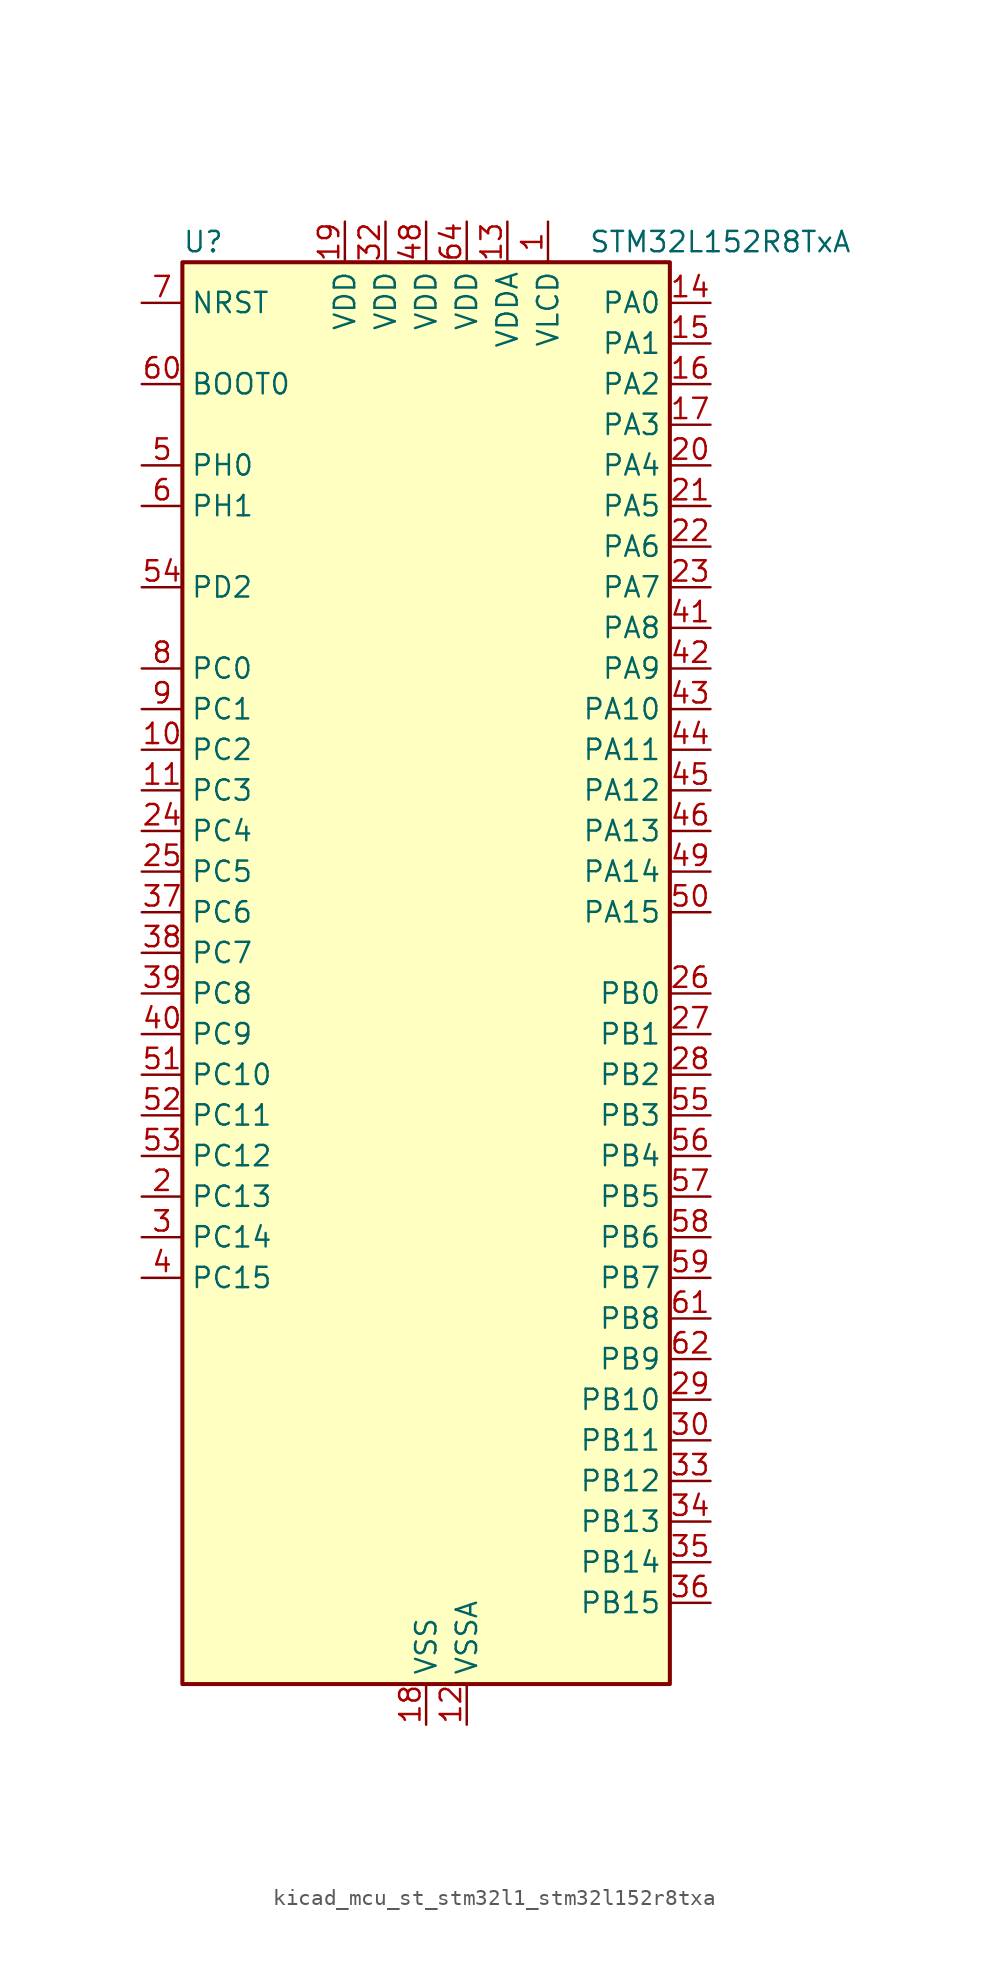
<source format=kicad_sym>
(kicad_symbol_lib
  (version 20220914)
  (generator kicad_symbol_editor)
  (symbol "kicad_mcu_st_stm32l1_stm32l152r8txa"
    (property "Reference" "U"
      (at -15.24 46.99 0)
      (effects (font (size 1.27 1.27)) (justify left)))
    (property "Value" "STM32L152R8TxA"
      (at 10.16 46.99 0)
      (effects (font (size 1.27 1.27)) (justify left)))
    (property "ki_locked" ""
      (at 0 0 0)
      (effects (font (size 1.27 1.27))))
    (symbol "kicad_mcu_st_stm32l1_stm32l152r8txa_0_1"
      (rectangle (start -15.24 -43.18) (end 15.24 45.72) (stroke (width 0.254) (type default)) (fill (type background))))
    (symbol "kicad_mcu_st_stm32l1_stm32l152r8txa_1_1"
      (pin power_in line (at 7.62 48.26 270) (length 2.54) (name "VLCD" (effects (font (size 1.27 1.27)))) (number "1" (effects (font (size 1.27 1.27)))))
      (pin bidirectional line (at -17.78 15.24 0) (length 2.54) (name "PC2" (effects (font (size 1.27 1.27)))) (number "10" (effects (font (size 1.27 1.27)))) (alternate "ADC_IN12" bidirectional line) (alternate "COMP1_INP" bidirectional line) (alternate "LCD_SEG20" bidirectional line) (alternate "TIMX_IC3" bidirectional line) (alternate "TS_G8_IO3" bidirectional line))
      (pin bidirectional line (at -17.78 12.7 0) (length 2.54) (name "PC3" (effects (font (size 1.27 1.27)))) (number "11" (effects (font (size 1.27 1.27)))) (alternate "ADC_IN13" bidirectional line) (alternate "COMP1_INP" bidirectional line) (alternate "LCD_SEG21" bidirectional line) (alternate "TIMX_IC4" bidirectional line) (alternate "TS_G8_IO4" bidirectional line))
      (pin power_in line (at 2.54 -45.72 90) (length 2.54) (name "VSSA" (effects (font (size 1.27 1.27)))) (number "12" (effects (font (size 1.27 1.27)))))
      (pin power_in line (at 5.08 48.26 270) (length 2.54) (name "VDDA" (effects (font (size 1.27 1.27)))) (number "13" (effects (font (size 1.27 1.27)))))
      (pin bidirectional line (at 17.78 43.18 180) (length 2.54) (name "PA0" (effects (font (size 1.27 1.27)))) (number "14" (effects (font (size 1.27 1.27)))) (alternate "ADC_IN0" bidirectional line) (alternate "COMP1_INP" bidirectional line) (alternate "RTC_TAMP2" bidirectional line) (alternate "SYS_WKUP1" bidirectional line) (alternate "TIM2_CH1" bidirectional line) (alternate "TIM2_ETR" bidirectional line) (alternate "TIMX_IC1" bidirectional line) (alternate "TS_G1_IO1" bidirectional line) (alternate "USART2_CTS" bidirectional line))
      (pin bidirectional line (at 17.78 40.64 180) (length 2.54) (name "PA1" (effects (font (size 1.27 1.27)))) (number "15" (effects (font (size 1.27 1.27)))) (alternate "ADC_IN1" bidirectional line) (alternate "COMP1_INP" bidirectional line) (alternate "LCD_SEG0" bidirectional line) (alternate "TIM2_CH2" bidirectional line) (alternate "TIMX_IC2" bidirectional line) (alternate "TS_G1_IO2" bidirectional line) (alternate "USART2_RTS" bidirectional line))
      (pin bidirectional line (at 17.78 38.1 180) (length 2.54) (name "PA2" (effects (font (size 1.27 1.27)))) (number "16" (effects (font (size 1.27 1.27)))) (alternate "ADC_IN2" bidirectional line) (alternate "COMP1_INP" bidirectional line) (alternate "LCD_SEG1" bidirectional line) (alternate "TIM2_CH3" bidirectional line) (alternate "TIM9_CH1" bidirectional line) (alternate "TIMX_IC3" bidirectional line) (alternate "TS_G1_IO3" bidirectional line) (alternate "USART2_TX" bidirectional line))
      (pin bidirectional line (at 17.78 35.56 180) (length 2.54) (name "PA3" (effects (font (size 1.27 1.27)))) (number "17" (effects (font (size 1.27 1.27)))) (alternate "ADC_IN3" bidirectional line) (alternate "COMP1_INP" bidirectional line) (alternate "LCD_SEG2" bidirectional line) (alternate "TIM2_CH4" bidirectional line) (alternate "TIM9_CH2" bidirectional line) (alternate "TIMX_IC4" bidirectional line) (alternate "TS_G1_IO4" bidirectional line) (alternate "USART2_RX" bidirectional line))
      (pin power_in line (at 0 -45.72 90) (length 2.54) (name "VSS" (effects (font (size 1.27 1.27)))) (number "18" (effects (font (size 1.27 1.27)))))
      (pin power_in line (at -5.08 48.26 270) (length 2.54) (name "VDD" (effects (font (size 1.27 1.27)))) (number "19" (effects (font (size 1.27 1.27)))))
      (pin bidirectional line (at -17.78 -12.7 0) (length 2.54) (name "PC13" (effects (font (size 1.27 1.27)))) (number "2" (effects (font (size 1.27 1.27)))) (alternate "RTC_OUT_ALARM" bidirectional line) (alternate "RTC_OUT_CALIB" bidirectional line) (alternate "RTC_TAMP1" bidirectional line) (alternate "RTC_TS" bidirectional line) (alternate "SYS_WKUP2" bidirectional line) (alternate "TIMX_IC2" bidirectional line))
      (pin bidirectional line (at 17.78 33.02 180) (length 2.54) (name "PA4" (effects (font (size 1.27 1.27)))) (number "20" (effects (font (size 1.27 1.27)))) (alternate "ADC_IN4" bidirectional line) (alternate "COMP1_INP" bidirectional line) (alternate "DAC_OUT1" bidirectional line) (alternate "SPI1_NSS" bidirectional line) (alternate "TIMX_IC1" bidirectional line) (alternate "USART2_CK" bidirectional line))
      (pin bidirectional line (at 17.78 30.48 180) (length 2.54) (name "PA5" (effects (font (size 1.27 1.27)))) (number "21" (effects (font (size 1.27 1.27)))) (alternate "ADC_IN5" bidirectional line) (alternate "COMP1_INP" bidirectional line) (alternate "DAC_OUT2" bidirectional line) (alternate "SPI1_SCK" bidirectional line) (alternate "TIM2_CH1" bidirectional line) (alternate "TIM2_ETR" bidirectional line) (alternate "TIMX_IC2" bidirectional line))
      (pin bidirectional line (at 17.78 27.94 180) (length 2.54) (name "PA6" (effects (font (size 1.27 1.27)))) (number "22" (effects (font (size 1.27 1.27)))) (alternate "ADC_IN6" bidirectional line) (alternate "COMP1_INP" bidirectional line) (alternate "LCD_SEG3" bidirectional line) (alternate "SPI1_MISO" bidirectional line) (alternate "TIM10_CH1" bidirectional line) (alternate "TIM3_CH1" bidirectional line) (alternate "TIMX_IC3" bidirectional line) (alternate "TS_G2_IO1" bidirectional line))
      (pin bidirectional line (at 17.78 25.4 180) (length 2.54) (name "PA7" (effects (font (size 1.27 1.27)))) (number "23" (effects (font (size 1.27 1.27)))) (alternate "ADC_IN7" bidirectional line) (alternate "COMP1_INP" bidirectional line) (alternate "LCD_SEG4" bidirectional line) (alternate "SPI1_MOSI" bidirectional line) (alternate "TIM11_CH1" bidirectional line) (alternate "TIM3_CH2" bidirectional line) (alternate "TIMX_IC4" bidirectional line) (alternate "TS_G2_IO2" bidirectional line))
      (pin bidirectional line (at -17.78 10.16 0) (length 2.54) (name "PC4" (effects (font (size 1.27 1.27)))) (number "24" (effects (font (size 1.27 1.27)))) (alternate "ADC_IN14" bidirectional line) (alternate "COMP1_INP" bidirectional line) (alternate "LCD_SEG22" bidirectional line) (alternate "TIMX_IC1" bidirectional line) (alternate "TS_G9_IO1" bidirectional line))
      (pin bidirectional line (at -17.78 7.62 0) (length 2.54) (name "PC5" (effects (font (size 1.27 1.27)))) (number "25" (effects (font (size 1.27 1.27)))) (alternate "ADC_IN15" bidirectional line) (alternate "COMP1_INP" bidirectional line) (alternate "LCD_SEG23" bidirectional line) (alternate "TIMX_IC2" bidirectional line) (alternate "TS_G9_IO2" bidirectional line))
      (pin bidirectional line (at 17.78 0 180) (length 2.54) (name "PB0" (effects (font (size 1.27 1.27)))) (number "26" (effects (font (size 1.27 1.27)))) (alternate "ADC_IN8" bidirectional line) (alternate "COMP1_INP" bidirectional line) (alternate "LCD_SEG5" bidirectional line) (alternate "SYS_V_REF_OUT" bidirectional line) (alternate "TIM3_CH3" bidirectional line) (alternate "TS_G3_IO1" bidirectional line))
      (pin bidirectional line (at 17.78 -2.54 180) (length 2.54) (name "PB1" (effects (font (size 1.27 1.27)))) (number "27" (effects (font (size 1.27 1.27)))) (alternate "ADC_IN9" bidirectional line) (alternate "COMP1_INP" bidirectional line) (alternate "LCD_SEG6" bidirectional line) (alternate "SYS_V_REF_OUT" bidirectional line) (alternate "TIM3_CH4" bidirectional line) (alternate "TS_G3_IO2" bidirectional line))
      (pin bidirectional line (at 17.78 -5.08 180) (length 2.54) (name "PB2" (effects (font (size 1.27 1.27)))) (number "28" (effects (font (size 1.27 1.27)))) (alternate "TS_G3_IO3" bidirectional line))
      (pin bidirectional line (at 17.78 -25.4 180) (length 2.54) (name "PB10" (effects (font (size 1.27 1.27)))) (number "29" (effects (font (size 1.27 1.27)))) (alternate "I2C2_SCL" bidirectional line) (alternate "LCD_SEG10" bidirectional line) (alternate "TIM2_CH3" bidirectional line) (alternate "USART3_TX" bidirectional line))
      (pin bidirectional line (at -17.78 -15.24 0) (length 2.54) (name "PC14" (effects (font (size 1.27 1.27)))) (number "3" (effects (font (size 1.27 1.27)))) (alternate "RCC_OSC32_IN" bidirectional line) (alternate "TIMX_IC3" bidirectional line))
      (pin bidirectional line (at 17.78 -27.94 180) (length 2.54) (name "PB11" (effects (font (size 1.27 1.27)))) (number "30" (effects (font (size 1.27 1.27)))) (alternate "ADC_EXTI11" bidirectional line) (alternate "I2C2_SDA" bidirectional line) (alternate "LCD_SEG11" bidirectional line) (alternate "TIM2_CH4" bidirectional line) (alternate "USART3_RX" bidirectional line))
      (pin passive line (at 0 -45.72 90) (length 2.54) hide (name "VSS" (effects (font (size 1.27 1.27)))) (number "31" (effects (font (size 1.27 1.27)))))
      (pin power_in line (at -2.54 48.26 270) (length 2.54) (name "VDD" (effects (font (size 1.27 1.27)))) (number "32" (effects (font (size 1.27 1.27)))))
      (pin bidirectional line (at 17.78 -30.48 180) (length 2.54) (name "PB12" (effects (font (size 1.27 1.27)))) (number "33" (effects (font (size 1.27 1.27)))) (alternate "ADC_IN18" bidirectional line) (alternate "COMP1_INP" bidirectional line) (alternate "I2C2_SMBA" bidirectional line) (alternate "LCD_SEG12" bidirectional line) (alternate "SPI2_NSS" bidirectional line) (alternate "TIM10_CH1" bidirectional line) (alternate "TS_G7_IO1" bidirectional line) (alternate "USART3_CK" bidirectional line))
      (pin bidirectional line (at 17.78 -33.02 180) (length 2.54) (name "PB13" (effects (font (size 1.27 1.27)))) (number "34" (effects (font (size 1.27 1.27)))) (alternate "ADC_IN19" bidirectional line) (alternate "COMP1_INP" bidirectional line) (alternate "LCD_SEG13" bidirectional line) (alternate "SPI2_SCK" bidirectional line) (alternate "TIM9_CH1" bidirectional line) (alternate "TS_G7_IO2" bidirectional line) (alternate "USART3_CTS" bidirectional line))
      (pin bidirectional line (at 17.78 -35.56 180) (length 2.54) (name "PB14" (effects (font (size 1.27 1.27)))) (number "35" (effects (font (size 1.27 1.27)))) (alternate "ADC_IN20" bidirectional line) (alternate "COMP1_INP" bidirectional line) (alternate "LCD_SEG14" bidirectional line) (alternate "SPI2_MISO" bidirectional line) (alternate "TIM9_CH2" bidirectional line) (alternate "TS_G7_IO3" bidirectional line) (alternate "USART3_RTS" bidirectional line))
      (pin bidirectional line (at 17.78 -38.1 180) (length 2.54) (name "PB15" (effects (font (size 1.27 1.27)))) (number "36" (effects (font (size 1.27 1.27)))) (alternate "ADC_EXTI15" bidirectional line) (alternate "ADC_IN21" bidirectional line) (alternate "COMP1_INP" bidirectional line) (alternate "LCD_SEG15" bidirectional line) (alternate "RTC_REFIN" bidirectional line) (alternate "SPI2_MOSI" bidirectional line) (alternate "TIM11_CH1" bidirectional line) (alternate "TS_G7_IO4" bidirectional line))
      (pin bidirectional line (at -17.78 5.08 0) (length 2.54) (name "PC6" (effects (font (size 1.27 1.27)))) (number "37" (effects (font (size 1.27 1.27)))) (alternate "LCD_SEG24" bidirectional line) (alternate "TIM3_CH1" bidirectional line) (alternate "TIMX_IC3" bidirectional line) (alternate "TS_G10_IO1" bidirectional line))
      (pin bidirectional line (at -17.78 2.54 0) (length 2.54) (name "PC7" (effects (font (size 1.27 1.27)))) (number "38" (effects (font (size 1.27 1.27)))) (alternate "LCD_SEG25" bidirectional line) (alternate "TIM3_CH2" bidirectional line) (alternate "TIMX_IC4" bidirectional line) (alternate "TS_G10_IO2" bidirectional line))
      (pin bidirectional line (at -17.78 0 0) (length 2.54) (name "PC8" (effects (font (size 1.27 1.27)))) (number "39" (effects (font (size 1.27 1.27)))) (alternate "LCD_SEG26" bidirectional line) (alternate "TIM3_CH3" bidirectional line) (alternate "TIMX_IC1" bidirectional line) (alternate "TS_G10_IO3" bidirectional line))
      (pin bidirectional line (at -17.78 -17.78 0) (length 2.54) (name "PC15" (effects (font (size 1.27 1.27)))) (number "4" (effects (font (size 1.27 1.27)))) (alternate "ADC_EXTI15" bidirectional line) (alternate "RCC_OSC32_OUT" bidirectional line) (alternate "TIMX_IC4" bidirectional line))
      (pin bidirectional line (at -17.78 -2.54 0) (length 2.54) (name "PC9" (effects (font (size 1.27 1.27)))) (number "40" (effects (font (size 1.27 1.27)))) (alternate "DAC_EXTI9" bidirectional line) (alternate "LCD_SEG27" bidirectional line) (alternate "TIM3_CH4" bidirectional line) (alternate "TIMX_IC2" bidirectional line) (alternate "TS_G10_IO4" bidirectional line))
      (pin bidirectional line (at 17.78 22.86 180) (length 2.54) (name "PA8" (effects (font (size 1.27 1.27)))) (number "41" (effects (font (size 1.27 1.27)))) (alternate "LCD_COM0" bidirectional line) (alternate "RCC_MCO" bidirectional line) (alternate "TIMX_IC1" bidirectional line) (alternate "TS_G4_IO1" bidirectional line) (alternate "USART1_CK" bidirectional line))
      (pin bidirectional line (at 17.78 20.32 180) (length 2.54) (name "PA9" (effects (font (size 1.27 1.27)))) (number "42" (effects (font (size 1.27 1.27)))) (alternate "DAC_EXTI9" bidirectional line) (alternate "LCD_COM1" bidirectional line) (alternate "TIMX_IC2" bidirectional line) (alternate "TS_G4_IO2" bidirectional line) (alternate "USART1_TX" bidirectional line))
      (pin bidirectional line (at 17.78 17.78 180) (length 2.54) (name "PA10" (effects (font (size 1.27 1.27)))) (number "43" (effects (font (size 1.27 1.27)))) (alternate "LCD_COM2" bidirectional line) (alternate "TIMX_IC3" bidirectional line) (alternate "TS_G4_IO3" bidirectional line) (alternate "USART1_RX" bidirectional line))
      (pin bidirectional line (at 17.78 15.24 180) (length 2.54) (name "PA11" (effects (font (size 1.27 1.27)))) (number "44" (effects (font (size 1.27 1.27)))) (alternate "ADC_EXTI11" bidirectional line) (alternate "SPI1_MISO" bidirectional line) (alternate "TIMX_IC4" bidirectional line) (alternate "USART1_CTS" bidirectional line) (alternate "USB_DM" bidirectional line))
      (pin bidirectional line (at 17.78 12.7 180) (length 2.54) (name "PA12" (effects (font (size 1.27 1.27)))) (number "45" (effects (font (size 1.27 1.27)))) (alternate "SPI1_MOSI" bidirectional line) (alternate "TIMX_IC1" bidirectional line) (alternate "USART1_RTS" bidirectional line) (alternate "USB_DP" bidirectional line))
      (pin bidirectional line (at 17.78 10.16 180) (length 2.54) (name "PA13" (effects (font (size 1.27 1.27)))) (number "46" (effects (font (size 1.27 1.27)))) (alternate "SYS_JTMS-SWDIO" bidirectional line) (alternate "TIMX_IC2" bidirectional line) (alternate "TS_G5_IO1" bidirectional line))
      (pin passive line (at 0 -45.72 90) (length 2.54) hide (name "VSS" (effects (font (size 1.27 1.27)))) (number "47" (effects (font (size 1.27 1.27)))))
      (pin power_in line (at 0 48.26 270) (length 2.54) (name "VDD" (effects (font (size 1.27 1.27)))) (number "48" (effects (font (size 1.27 1.27)))))
      (pin bidirectional line (at 17.78 7.62 180) (length 2.54) (name "PA14" (effects (font (size 1.27 1.27)))) (number "49" (effects (font (size 1.27 1.27)))) (alternate "SYS_JTCK-SWCLK" bidirectional line) (alternate "TIMX_IC3" bidirectional line) (alternate "TS_G5_IO2" bidirectional line))
      (pin bidirectional line (at -17.78 33.02 0) (length 2.54) (name "PH0" (effects (font (size 1.27 1.27)))) (number "5" (effects (font (size 1.27 1.27)))) (alternate "RCC_OSC_IN" bidirectional line))
      (pin bidirectional line (at 17.78 5.08 180) (length 2.54) (name "PA15" (effects (font (size 1.27 1.27)))) (number "50" (effects (font (size 1.27 1.27)))) (alternate "ADC_EXTI15" bidirectional line) (alternate "LCD_SEG17" bidirectional line) (alternate "SPI1_NSS" bidirectional line) (alternate "SYS_JTDI" bidirectional line) (alternate "TIM2_CH1" bidirectional line) (alternate "TIM2_ETR" bidirectional line) (alternate "TIMX_IC4" bidirectional line) (alternate "TS_G5_IO3" bidirectional line))
      (pin bidirectional line (at -17.78 -5.08 0) (length 2.54) (name "PC10" (effects (font (size 1.27 1.27)))) (number "51" (effects (font (size 1.27 1.27)))) (alternate "LCD_COM4" bidirectional line) (alternate "LCD_SEG28" bidirectional line) (alternate "LCD_SEG40" bidirectional line) (alternate "TIMX_IC3" bidirectional line) (alternate "USART3_TX" bidirectional line))
      (pin bidirectional line (at -17.78 -7.62 0) (length 2.54) (name "PC11" (effects (font (size 1.27 1.27)))) (number "52" (effects (font (size 1.27 1.27)))) (alternate "ADC_EXTI11" bidirectional line) (alternate "LCD_COM5" bidirectional line) (alternate "LCD_SEG29" bidirectional line) (alternate "LCD_SEG41" bidirectional line) (alternate "TIMX_IC4" bidirectional line) (alternate "USART3_RX" bidirectional line))
      (pin bidirectional line (at -17.78 -10.16 0) (length 2.54) (name "PC12" (effects (font (size 1.27 1.27)))) (number "53" (effects (font (size 1.27 1.27)))) (alternate "LCD_COM6" bidirectional line) (alternate "LCD_SEG30" bidirectional line) (alternate "LCD_SEG42" bidirectional line) (alternate "TIMX_IC1" bidirectional line) (alternate "USART3_CK" bidirectional line))
      (pin bidirectional line (at -17.78 25.4 0) (length 2.54) (name "PD2" (effects (font (size 1.27 1.27)))) (number "54" (effects (font (size 1.27 1.27)))) (alternate "LCD_COM7" bidirectional line) (alternate "LCD_SEG31" bidirectional line) (alternate "LCD_SEG43" bidirectional line) (alternate "TIM3_ETR" bidirectional line) (alternate "TIMX_IC3" bidirectional line))
      (pin bidirectional line (at 17.78 -7.62 180) (length 2.54) (name "PB3" (effects (font (size 1.27 1.27)))) (number "55" (effects (font (size 1.27 1.27)))) (alternate "COMP2_INM" bidirectional line) (alternate "LCD_SEG7" bidirectional line) (alternate "SPI1_SCK" bidirectional line) (alternate "SYS_JTDO-TRACESWO" bidirectional line) (alternate "TIM2_CH2" bidirectional line))
      (pin bidirectional line (at 17.78 -10.16 180) (length 2.54) (name "PB4" (effects (font (size 1.27 1.27)))) (number "56" (effects (font (size 1.27 1.27)))) (alternate "COMP2_INP" bidirectional line) (alternate "LCD_SEG8" bidirectional line) (alternate "SPI1_MISO" bidirectional line) (alternate "SYS_JTRST" bidirectional line) (alternate "TIM3_CH1" bidirectional line) (alternate "TS_G6_IO1" bidirectional line))
      (pin bidirectional line (at 17.78 -12.7 180) (length 2.54) (name "PB5" (effects (font (size 1.27 1.27)))) (number "57" (effects (font (size 1.27 1.27)))) (alternate "COMP2_INP" bidirectional line) (alternate "I2C1_SMBA" bidirectional line) (alternate "LCD_SEG9" bidirectional line) (alternate "SPI1_MOSI" bidirectional line) (alternate "TIM3_CH2" bidirectional line) (alternate "TS_G6_IO2" bidirectional line))
      (pin bidirectional line (at 17.78 -15.24 180) (length 2.54) (name "PB6" (effects (font (size 1.27 1.27)))) (number "58" (effects (font (size 1.27 1.27)))) (alternate "I2C1_SCL" bidirectional line) (alternate "TIM4_CH1" bidirectional line) (alternate "TS_G6_IO3" bidirectional line) (alternate "USART1_TX" bidirectional line))
      (pin bidirectional line (at 17.78 -17.78 180) (length 2.54) (name "PB7" (effects (font (size 1.27 1.27)))) (number "59" (effects (font (size 1.27 1.27)))) (alternate "I2C1_SDA" bidirectional line) (alternate "SYS_PVD_IN" bidirectional line) (alternate "TIM4_CH2" bidirectional line) (alternate "TS_G6_IO4" bidirectional line) (alternate "USART1_RX" bidirectional line))
      (pin bidirectional line (at -17.78 30.48 0) (length 2.54) (name "PH1" (effects (font (size 1.27 1.27)))) (number "6" (effects (font (size 1.27 1.27)))) (alternate "RCC_OSC_OUT" bidirectional line))
      (pin input line (at -17.78 38.1 0) (length 2.54) (name "BOOT0" (effects (font (size 1.27 1.27)))) (number "60" (effects (font (size 1.27 1.27)))))
      (pin bidirectional line (at 17.78 -20.32 180) (length 2.54) (name "PB8" (effects (font (size 1.27 1.27)))) (number "61" (effects (font (size 1.27 1.27)))) (alternate "I2C1_SCL" bidirectional line) (alternate "LCD_SEG16" bidirectional line) (alternate "TIM10_CH1" bidirectional line) (alternate "TIM4_CH3" bidirectional line))
      (pin bidirectional line (at 17.78 -22.86 180) (length 2.54) (name "PB9" (effects (font (size 1.27 1.27)))) (number "62" (effects (font (size 1.27 1.27)))) (alternate "DAC_EXTI9" bidirectional line) (alternate "I2C1_SDA" bidirectional line) (alternate "LCD_COM3" bidirectional line) (alternate "TIM11_CH1" bidirectional line) (alternate "TIM4_CH4" bidirectional line))
      (pin passive line (at 0 -45.72 90) (length 2.54) hide (name "VSS" (effects (font (size 1.27 1.27)))) (number "63" (effects (font (size 1.27 1.27)))))
      (pin power_in line (at 2.54 48.26 270) (length 2.54) (name "VDD" (effects (font (size 1.27 1.27)))) (number "64" (effects (font (size 1.27 1.27)))))
      (pin input line (at -17.78 43.18 0) (length 2.54) (name "NRST" (effects (font (size 1.27 1.27)))) (number "7" (effects (font (size 1.27 1.27)))))
      (pin bidirectional line (at -17.78 20.32 0) (length 2.54) (name "PC0" (effects (font (size 1.27 1.27)))) (number "8" (effects (font (size 1.27 1.27)))) (alternate "ADC_IN10" bidirectional line) (alternate "COMP1_INP" bidirectional line) (alternate "LCD_SEG18" bidirectional line) (alternate "TIMX_IC1" bidirectional line) (alternate "TS_G8_IO1" bidirectional line))
      (pin bidirectional line (at -17.78 17.78 0) (length 2.54) (name "PC1" (effects (font (size 1.27 1.27)))) (number "9" (effects (font (size 1.27 1.27)))) (alternate "ADC_IN11" bidirectional line) (alternate "COMP1_INP" bidirectional line) (alternate "LCD_SEG19" bidirectional line) (alternate "TIMX_IC2" bidirectional line) (alternate "TS_G8_IO2" bidirectional line)))))
</source>
